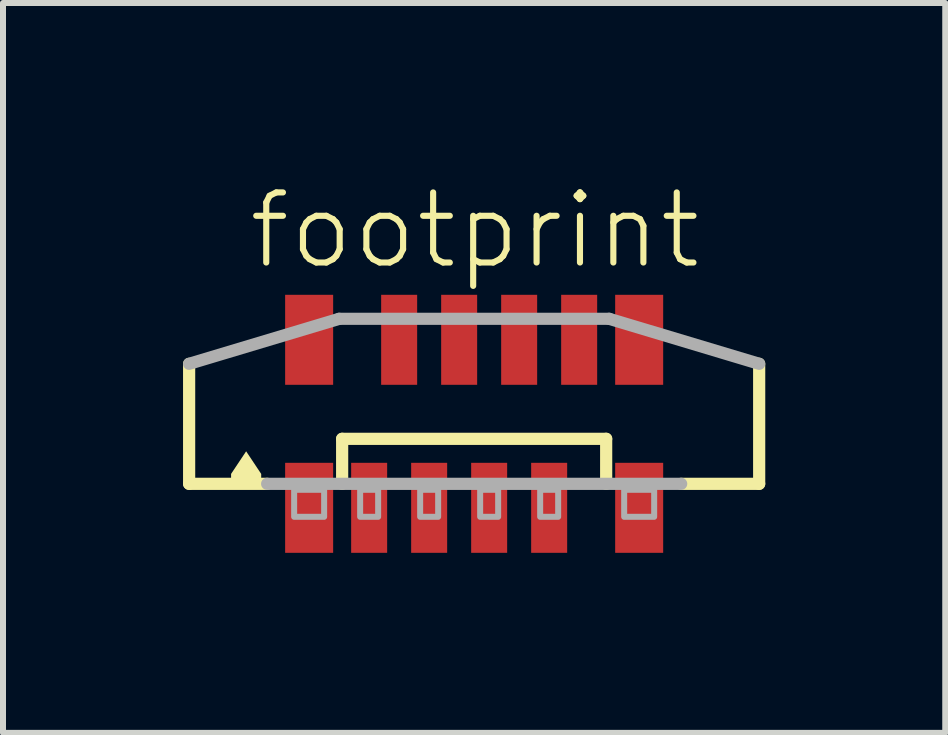
<source format=kicad_pcb>
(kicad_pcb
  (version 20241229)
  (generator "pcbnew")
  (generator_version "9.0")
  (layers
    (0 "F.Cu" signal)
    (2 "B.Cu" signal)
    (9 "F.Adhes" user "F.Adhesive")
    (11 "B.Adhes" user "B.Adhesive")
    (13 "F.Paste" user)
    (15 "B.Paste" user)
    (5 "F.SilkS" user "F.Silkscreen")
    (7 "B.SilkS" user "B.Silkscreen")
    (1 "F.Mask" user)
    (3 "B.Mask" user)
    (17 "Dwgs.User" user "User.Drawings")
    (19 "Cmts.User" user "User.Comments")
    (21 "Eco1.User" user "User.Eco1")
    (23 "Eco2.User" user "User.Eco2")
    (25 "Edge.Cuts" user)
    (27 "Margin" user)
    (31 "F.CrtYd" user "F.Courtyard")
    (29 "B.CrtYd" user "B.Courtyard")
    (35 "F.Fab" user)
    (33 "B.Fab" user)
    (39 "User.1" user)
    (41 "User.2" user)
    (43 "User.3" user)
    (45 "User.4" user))
  (footprint "footprint"
    (layer "F.Cu")
    (at 4.852 4.013)
    (property "Reference" "footprint" (at -3.81 -2.54 0) (layer "F.SilkS") (effects (font (size 1.168 1.168) (thickness 0.102)) (justify left bottom)))
    (fp_line (start -4.75 1) (end -4.75 -1) (stroke (width 0.203) (type solid)) (layer "F.SilkS"))
    (fp_line (start -3.45 1) (end -4.75 1) (stroke (width 0.203) (type solid)) (layer "F.SilkS"))
    (fp_line (start -2.2 0.25) (end 2.2 0.25) (stroke (width 0.203) (type solid)) (layer "F.SilkS"))
    (fp_line (start -2.2 1) (end -2.2 0.25) (stroke (width 0.203) (type solid)) (layer "F.SilkS"))
    (fp_line (start 2.2 0.25) (end 2.2 1) (stroke (width 0.203) (type solid)) (layer "F.SilkS"))
    (fp_line (start 4.75 -1) (end 4.75 1) (stroke (width 0.203) (type solid)) (layer "F.SilkS"))
    (fp_line (start 4.75 1) (end 3.45 1) (stroke (width 0.203) (type solid)) (layer "F.SilkS"))
    (fp_poly (pts (xy -3.549 0.835) (xy -3.549 1.001) (xy -4.051 1.001) (xy -4.051 0.835) (xy -3.8 0.458)) (stroke (width 0) (type solid)) (fill yes) (layer "F.SilkS"))
    (fp_line (start -4.75 -1) (end -2.25 -1.75) (stroke (width 0.203) (type solid)) (layer "F.Fab"))
    (fp_line (start -2.25 -1.75) (end 2.25 -1.75) (stroke (width 0.203) (type solid)) (layer "F.Fab"))
    (fp_line (start 2.25 -1.75) (end 4.75 -1) (stroke (width 0.203) (type solid)) (layer "F.Fab"))
    (fp_line (start 3.45 1) (end -3.45 1) (stroke (width 0.203) (type solid)) (layer "F.Fab"))
    (fp_poly (pts (xy -3 1.55) (xy -2.5 1.55) (xy -2.5 1.1) (xy -3 1.1)) (stroke (width 0.1) (type solid)) (fill no) (layer "F.Fab"))
    (fp_poly (pts (xy -1.9 1.55) (xy -1.6 1.55) (xy -1.6 1.1) (xy -1.9 1.1)) (stroke (width 0.1) (type solid)) (fill no) (layer "F.Fab"))
    (fp_poly (pts (xy -0.9 1.55) (xy -0.6 1.55) (xy -0.6 1.1) (xy -0.9 1.1)) (stroke (width 0.1) (type solid)) (fill no) (layer "F.Fab"))
    (fp_poly (pts (xy 0.1 1.55) (xy 0.4 1.55) (xy 0.4 1.1) (xy 0.1 1.1)) (stroke (width 0.1) (type solid)) (fill no) (layer "F.Fab"))
    (fp_poly (pts (xy 1.1 1.55) (xy 1.4 1.55) (xy 1.4 1.1) (xy 1.1 1.1)) (stroke (width 0.1) (type solid)) (fill no) (layer "F.Fab"))
    (fp_poly (pts (xy 2.5 1.55) (xy 3 1.55) (xy 3 1.1) (xy 2.5 1.1)) (stroke (width 0.1) (type solid)) (fill no) (layer "F.Fab"))
    (pad "1" smd rect (at -1.75 1.4) (size 0.6 1.5) (layers "F.Cu" "F.Mask" "F.Paste"))
    (pad "2" smd rect (at -1.25 -1.4 180) (size 0.6 1.5) (layers "F.Cu" "F.Mask" "F.Paste"))
    (pad "3" smd rect (at -0.75 1.4) (size 0.6 1.5) (layers "F.Cu" "F.Mask" "F.Paste"))
    (pad "4" smd rect (at -0.25 -1.4 180) (size 0.6 1.5) (layers "F.Cu" "F.Mask" "F.Paste"))
    (pad "5" smd rect (at 0.25 1.4) (size 0.6 1.5) (layers "F.Cu" "F.Mask" "F.Paste"))
    (pad "6" smd rect (at 0.75 -1.4 180) (size 0.6 1.5) (layers "F.Cu" "F.Mask" "F.Paste"))
    (pad "7" smd rect (at 1.25 1.4) (size 0.6 1.5) (layers "F.Cu" "F.Mask" "F.Paste"))
    (pad "8" smd rect (at 1.75 -1.4 180) (size 0.6 1.5) (layers "F.Cu" "F.Mask" "F.Paste"))
    (pad "M1" smd rect (at -2.75 1.4) (size 0.8 1.5) (layers "F.Cu" "F.Mask" "F.Paste"))
    (pad "M2" smd rect (at 2.75 1.4) (size 0.8 1.5) (layers "F.Cu" "F.Mask" "F.Paste"))
    (pad "M3" smd rect (at 2.75 -1.4 180) (size 0.8 1.5) (layers "F.Cu" "F.Mask" "F.Paste"))
    (pad "M4" smd rect (at -2.75 -1.4 180) (size 0.8 1.5) (layers "F.Cu" "F.Mask" "F.Paste")))
  (gr_rect
    (start -3 -3)
    (end 12.703 9.163)
    (stroke (width 0.1) (type default))
    (fill no)
    (layer "Edge.Cuts")))
</source>
